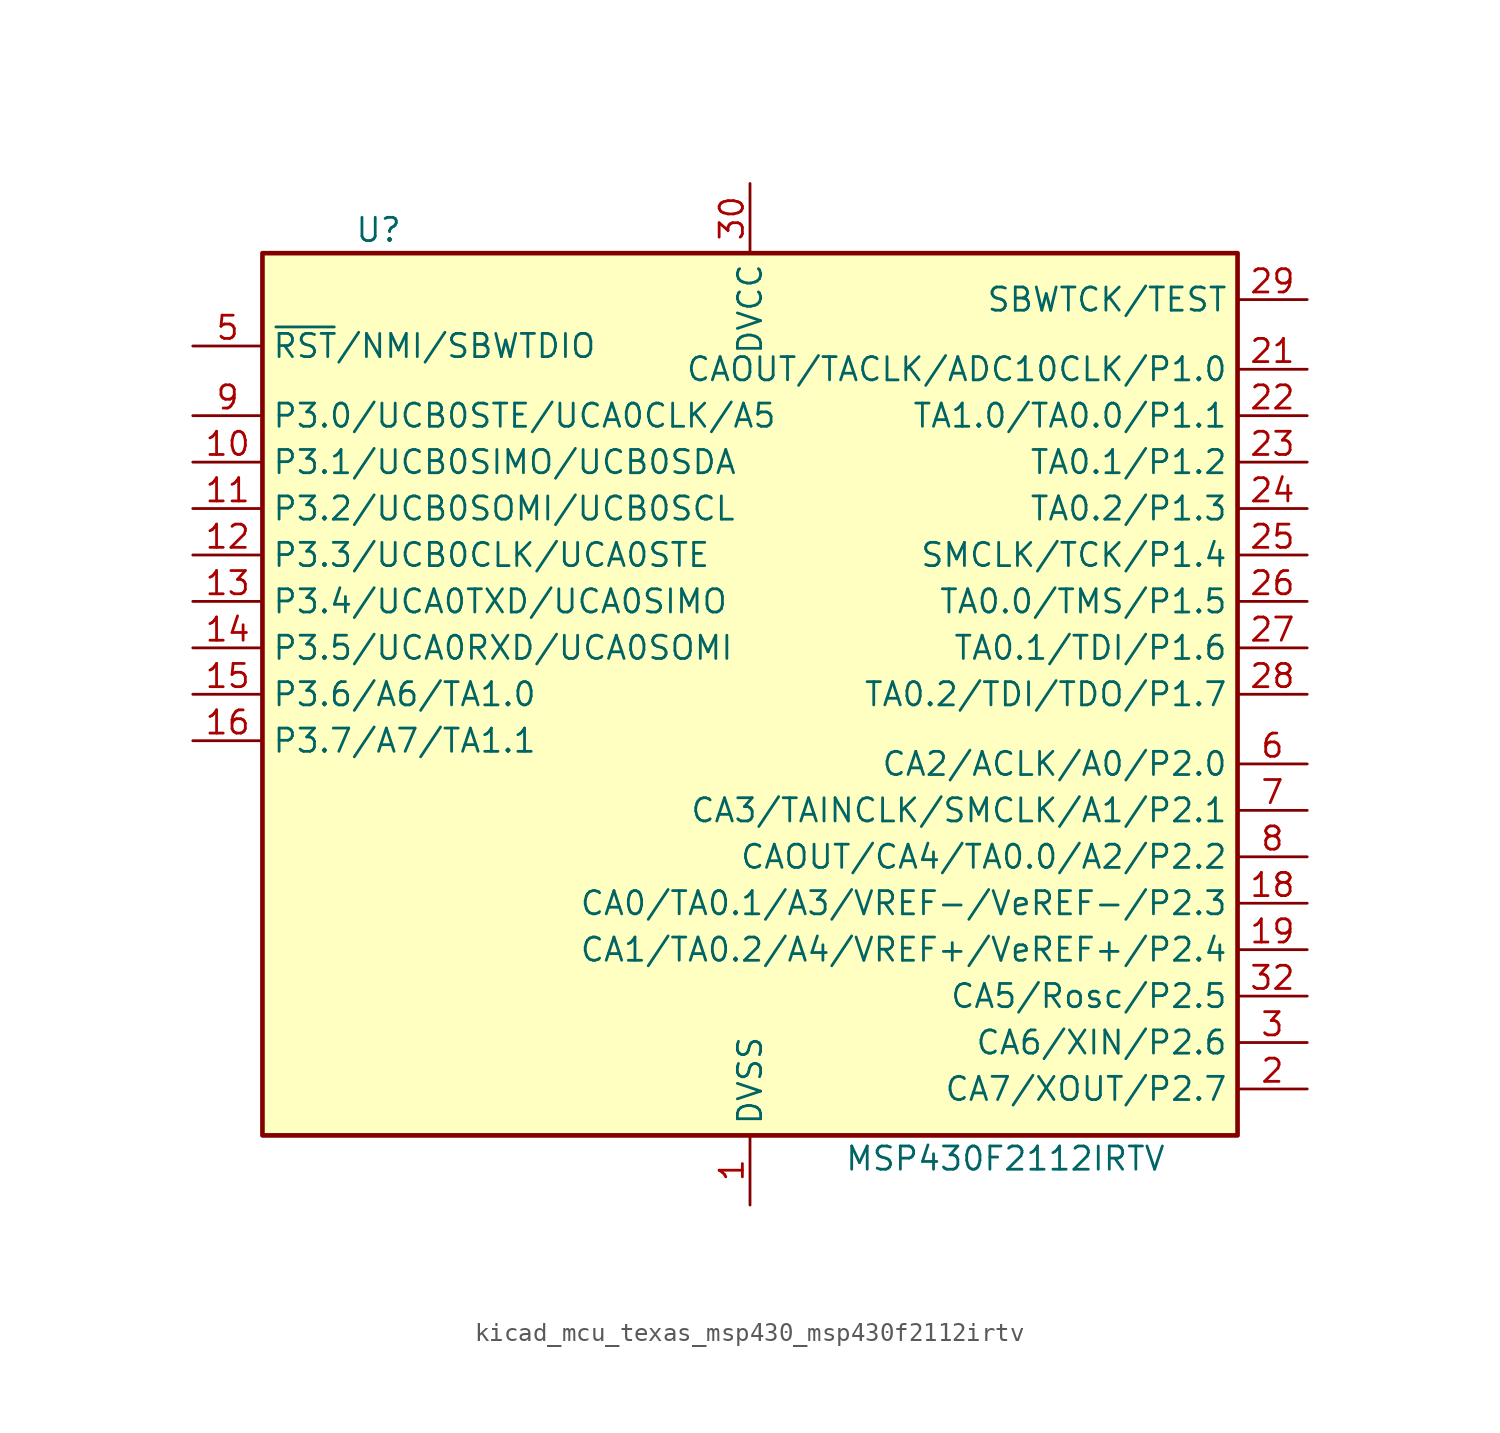
<source format=kicad_sym>
(kicad_symbol_lib
  (version 20220914)
  (generator kicad_symbol_editor)
  (symbol "kicad_mcu_texas_msp430_msp430f2112irtv"
    (property "Reference" "U"
      (at -20.32 25.4 0)
      (effects (font (size 1.27 1.27))))
    (property "Value" "MSP430F2112IRTV"
      (at 13.97 -25.4 0)
      (effects (font (size 1.27 1.27))))
    (symbol "kicad_mcu_texas_msp430_msp430f2112irtv_0_1"
      (rectangle (start -26.67 24.13) (end 26.67 -24.13) (stroke (width 0.254) (type default)) (fill (type background))))
    (symbol "kicad_mcu_texas_msp430_msp430f2112irtv_1_1"
      (pin power_in line (at 0 -27.94 90) (length 3.81) (name "DVSS" (effects (font (size 1.27 1.27)))) (number "1" (effects (font (size 1.27 1.27)))))
      (pin bidirectional line (at -30.48 12.7 0) (length 3.81) (name "P3.1/UCB0SIMO/UCB0SDA" (effects (font (size 1.27 1.27)))) (number "10" (effects (font (size 1.27 1.27)))))
      (pin bidirectional line (at -30.48 10.16 0) (length 3.81) (name "P3.2/UCB0SOMI/UCB0SCL" (effects (font (size 1.27 1.27)))) (number "11" (effects (font (size 1.27 1.27)))))
      (pin bidirectional line (at -30.48 7.62 0) (length 3.81) (name "P3.3/UCB0CLK/UCA0STE" (effects (font (size 1.27 1.27)))) (number "12" (effects (font (size 1.27 1.27)))))
      (pin bidirectional line (at -30.48 5.08 0) (length 3.81) (name "P3.4/UCA0TXD/UCA0SIMO" (effects (font (size 1.27 1.27)))) (number "13" (effects (font (size 1.27 1.27)))))
      (pin bidirectional line (at -30.48 2.54 0) (length 3.81) (name "P3.5/UCA0RXD/UCA0SOMI" (effects (font (size 1.27 1.27)))) (number "14" (effects (font (size 1.27 1.27)))))
      (pin bidirectional line (at -30.48 0 0) (length 3.81) (name "P3.6/A6/TA1.0" (effects (font (size 1.27 1.27)))) (number "15" (effects (font (size 1.27 1.27)))))
      (pin bidirectional line (at -30.48 -2.54 0) (length 3.81) (name "P3.7/A7/TA1.1" (effects (font (size 1.27 1.27)))) (number "16" (effects (font (size 1.27 1.27)))))
      (pin bidirectional line (at 30.48 -11.43 180) (length 3.81) (name "CA0/TA0.1/A3/VREF-/VeREF-/P2.3" (effects (font (size 1.27 1.27)))) (number "18" (effects (font (size 1.27 1.27)))))
      (pin bidirectional line (at 30.48 -13.97 180) (length 3.81) (name "CA1/TA0.2/A4/VREF+/VeREF+/P2.4" (effects (font (size 1.27 1.27)))) (number "19" (effects (font (size 1.27 1.27)))))
      (pin bidirectional line (at 30.48 -21.59 180) (length 3.81) (name "CA7/XOUT/P2.7" (effects (font (size 1.27 1.27)))) (number "2" (effects (font (size 1.27 1.27)))))
      (pin bidirectional line (at 30.48 17.78 180) (length 3.81) (name "CAOUT/TACLK/ADC10CLK/P1.0" (effects (font (size 1.27 1.27)))) (number "21" (effects (font (size 1.27 1.27)))))
      (pin bidirectional line (at 30.48 15.24 180) (length 3.81) (name "TA1.0/TA0.0/P1.1" (effects (font (size 1.27 1.27)))) (number "22" (effects (font (size 1.27 1.27)))))
      (pin bidirectional line (at 30.48 12.7 180) (length 3.81) (name "TA0.1/P1.2" (effects (font (size 1.27 1.27)))) (number "23" (effects (font (size 1.27 1.27)))))
      (pin bidirectional line (at 30.48 10.16 180) (length 3.81) (name "TA0.2/P1.3" (effects (font (size 1.27 1.27)))) (number "24" (effects (font (size 1.27 1.27)))))
      (pin bidirectional line (at 30.48 7.62 180) (length 3.81) (name "SMCLK/TCK/P1.4" (effects (font (size 1.27 1.27)))) (number "25" (effects (font (size 1.27 1.27)))))
      (pin bidirectional line (at 30.48 5.08 180) (length 3.81) (name "TA0.0/TMS/P1.5" (effects (font (size 1.27 1.27)))) (number "26" (effects (font (size 1.27 1.27)))))
      (pin bidirectional line (at 30.48 2.54 180) (length 3.81) (name "TA0.1/TDI/P1.6" (effects (font (size 1.27 1.27)))) (number "27" (effects (font (size 1.27 1.27)))))
      (pin bidirectional line (at 30.48 0 180) (length 3.81) (name "TA0.2/TDI/TDO/P1.7" (effects (font (size 1.27 1.27)))) (number "28" (effects (font (size 1.27 1.27)))))
      (pin input line (at 30.48 21.59 180) (length 3.81) (name "SBWTCK/TEST" (effects (font (size 1.27 1.27)))) (number "29" (effects (font (size 1.27 1.27)))))
      (pin bidirectional line (at 30.48 -19.05 180) (length 3.81) (name "CA6/XIN/P2.6" (effects (font (size 1.27 1.27)))) (number "3" (effects (font (size 1.27 1.27)))))
      (pin power_in line (at 0 27.94 270) (length 3.81) (name "DVCC" (effects (font (size 1.27 1.27)))) (number "30" (effects (font (size 1.27 1.27)))))
      (pin bidirectional line (at 30.48 -16.51 180) (length 3.81) (name "CA5/Rosc/P2.5" (effects (font (size 1.27 1.27)))) (number "32" (effects (font (size 1.27 1.27)))))
      (pin bidirectional line (at -30.48 19.05 0) (length 3.81) (name "~{RST}/NMI/SBWTDIO" (effects (font (size 1.27 1.27)))) (number "5" (effects (font (size 1.27 1.27)))))
      (pin bidirectional line (at 30.48 -3.81 180) (length 3.81) (name "CA2/ACLK/A0/P2.0" (effects (font (size 1.27 1.27)))) (number "6" (effects (font (size 1.27 1.27)))))
      (pin bidirectional line (at 30.48 -6.35 180) (length 3.81) (name "CA3/TAINCLK/SMCLK/A1/P2.1" (effects (font (size 1.27 1.27)))) (number "7" (effects (font (size 1.27 1.27)))))
      (pin bidirectional line (at 30.48 -8.89 180) (length 3.81) (name "CAOUT/CA4/TA0.0/A2/P2.2" (effects (font (size 1.27 1.27)))) (number "8" (effects (font (size 1.27 1.27)))))
      (pin bidirectional line (at -30.48 15.24 0) (length 3.81) (name "P3.0/UCB0STE/UCA0CLK/A5" (effects (font (size 1.27 1.27)))) (number "9" (effects (font (size 1.27 1.27))))))))
</source>
